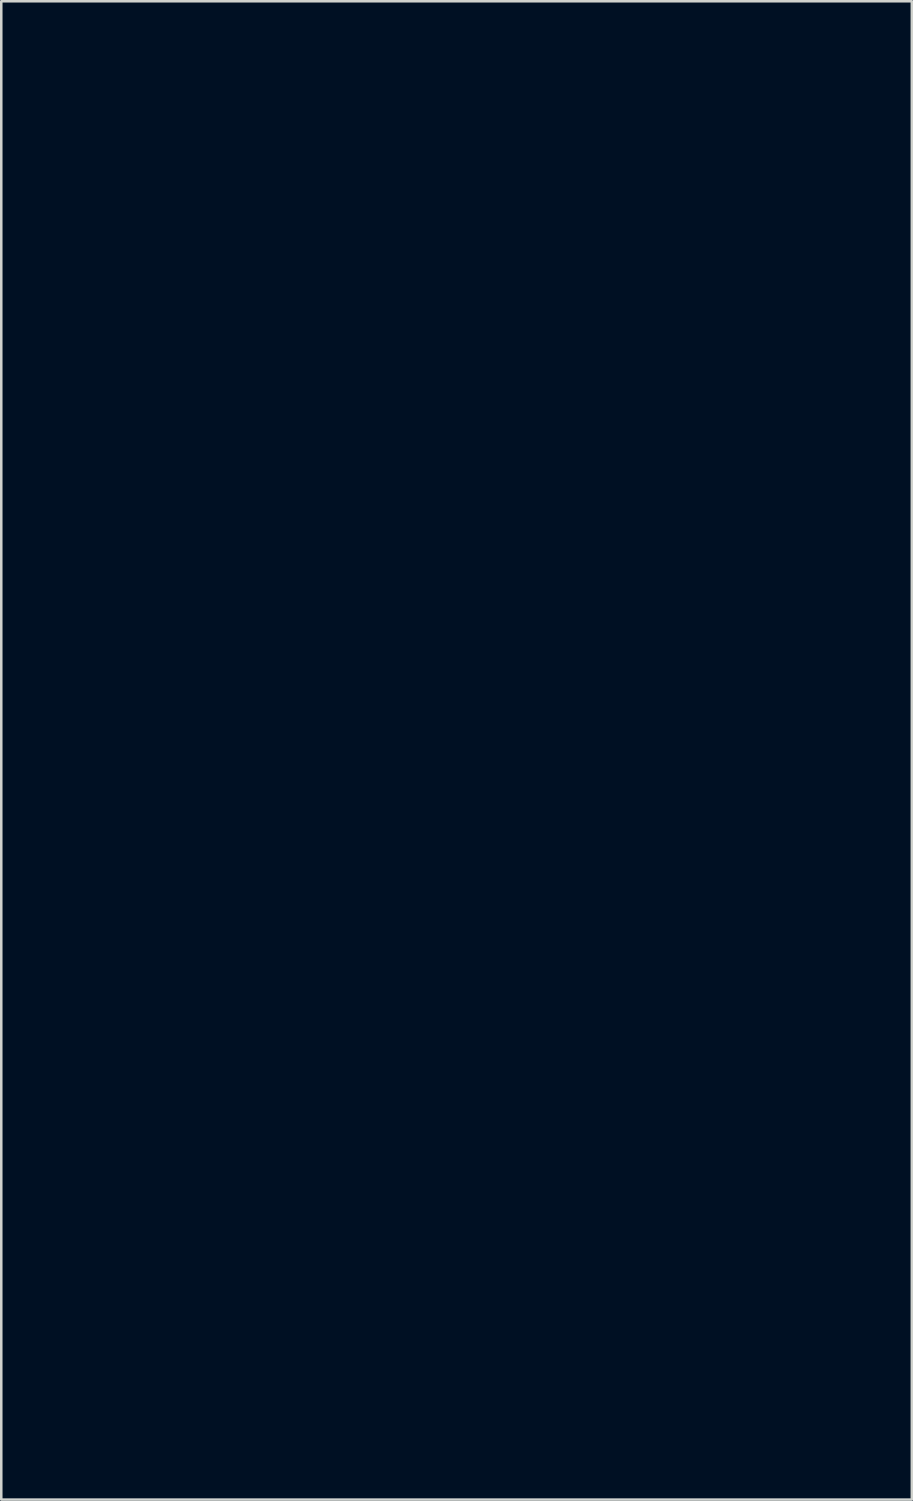
<source format=kicad_pcb>
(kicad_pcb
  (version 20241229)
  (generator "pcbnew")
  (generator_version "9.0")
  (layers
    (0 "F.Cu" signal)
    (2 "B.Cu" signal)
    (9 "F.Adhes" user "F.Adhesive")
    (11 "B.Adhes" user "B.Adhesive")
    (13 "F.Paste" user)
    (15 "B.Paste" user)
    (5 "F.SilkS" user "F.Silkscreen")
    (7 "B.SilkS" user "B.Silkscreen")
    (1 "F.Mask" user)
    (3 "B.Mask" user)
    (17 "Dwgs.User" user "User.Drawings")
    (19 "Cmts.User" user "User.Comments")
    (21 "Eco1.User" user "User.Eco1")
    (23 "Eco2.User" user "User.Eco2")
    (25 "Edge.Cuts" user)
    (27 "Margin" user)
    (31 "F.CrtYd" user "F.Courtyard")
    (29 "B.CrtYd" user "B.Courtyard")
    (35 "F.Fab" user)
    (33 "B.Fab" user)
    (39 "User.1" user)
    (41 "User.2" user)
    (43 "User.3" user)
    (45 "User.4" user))
  (footprint "bugv2 fmask"
    (layer "F.Cu")
    (at 14.908 25.766)
    (property "Reference" "bugv2 fmask" (at 0 0 0) (layer "F.Mask") (effects (font (size 1.524 1.524) (thickness 0.3))))
    (attr through_hole)
    (fp_poly (pts (xy 2.758 -25.728) (xy 2.914 -25.566) (xy 2.939 -25.521) (xy 3.051 -25.135) (xy 2.932 -24.793) (xy 2.572 -24.472) (xy 2.425 -24.382) (xy 1.881 -23.93) (xy 1.516 -23.331) (xy 1.338 -22.626) (xy 1.357 -21.859) (xy 1.58 -21.072) (xy 1.705 -20.805) (xy 1.942 -20.381) (xy 2.176 -20.016) (xy 2.311 -19.84) (xy 2.522 -19.534) (xy 2.498 -19.328) (xy 2.266 -19.22) (xy 2.004 -19.19) (xy 1.558 -19.16) (xy 0.988 -19.134) (xy 0.356 -19.112) (xy -0.278 -19.097) (xy -0.851 -19.09) (xy -1.303 -19.092) (xy -1.572 -19.106) (xy -1.595 -19.11) (xy -1.954 -19.194) (xy -2.093 -19.29) (xy -2.046 -19.444) (xy -1.932 -19.599) (xy -1.739 -19.916) (xy -1.542 -20.349) (xy -1.461 -20.569) (xy -1.321 -21.373) (xy -1.434 -22.168) (xy -1.803 -22.952) (xy -2.425 -23.727) (xy -3.271 -24.467) (xy -3.638 -24.746) (xy -3.3 -25.089) (xy -3.094 -25.282) (xy -2.916 -25.365) (xy -2.673 -25.353) (xy -2.279 -25.264) (xy -1.841 -25.188) (xy -1.248 -25.128) (xy -0.601 -25.093) (xy -0.319 -25.088) (xy 0.298 -25.092) (xy 0.74 -25.121) (xy 1.085 -25.19) (xy 1.415 -25.311) (xy 1.672 -25.432) (xy 2.185 -25.664) (xy 2.531 -25.761) (xy 2.758 -25.728)) (stroke (width 0.01) (type solid)) (fill yes) (layer "F.Mask"))
    (fp_poly (pts (xy 7.796 -17.921) (xy 8.31 -17.592) (xy 8.817 -17.275) (xy 9.224 -17.025) (xy 9.306 -16.976) (xy 9.713 -16.723) (xy 10.086 -16.469) (xy 10.19 -16.392) (xy 10.474 -16.189) (xy 10.887 -15.917) (xy 11.319 -15.645) (xy 11.721 -15.379) (xy 12.031 -15.134) (xy 12.187 -14.96) (xy 12.19 -14.953) (xy 12.247 -14.688) (xy 12.298 -14.248) (xy 12.338 -13.711) (xy 12.364 -13.157) (xy 12.37 -12.665) (xy 12.353 -12.314) (xy 12.34 -12.235) (xy 12.207 -12.024) (xy 11.904 -11.695) (xy 11.463 -11.284) (xy 11.024 -10.91) (xy 10.424 -10.409) (xy 9.778 -9.857) (xy 9.176 -9.332) (xy 8.818 -9.012) (xy 7.42 -7.778) (xy 5.824 -6.436) (xy 4.349 -5.243) (xy 3.719 -4.733) (xy 3.041 -4.171) (xy 2.401 -3.629) (xy 1.945 -3.233) (xy 1.447 -2.803) (xy 1.084 -2.526) (xy 0.811 -2.371) (xy 0.582 -2.311) (xy 0.477 -2.308) (xy 0.126 -2.337) (xy -0.128 -2.391) (xy -0.287 -2.487) (xy -0.62 -2.715) (xy -1.095 -3.05) (xy -1.681 -3.47) (xy -2.347 -3.953) (xy -3.062 -4.477) (xy -3.794 -5.018) (xy -4.513 -5.555) (xy -5.088 -5.988) (xy -5.647 -6.406) (xy -6.296 -6.884) (xy -6.917 -7.335) (xy -7.067 -7.443) (xy -7.549 -7.79) (xy -7.986 -8.107) (xy -8.315 -8.349) (xy -8.424 -8.432) (xy -8.639 -8.589) (xy -9.019 -8.858) (xy -9.52 -9.207) (xy -10.095 -9.605) (xy -10.406 -9.818) (xy -11.161 -10.338) (xy -11.732 -10.743) (xy -12.147 -11.061) (xy -12.432 -11.322) (xy -12.615 -11.555) (xy -12.723 -11.788) (xy -12.783 -12.051) (xy -12.823 -12.372) (xy -12.825 -12.396) (xy -12.866 -12.992) (xy -12.878 -13.633) (xy -12.869 -13.976) (xy -12.838 -14.406) (xy -12.773 -14.661) (xy -12.631 -14.824) (xy -12.368 -14.975) (xy -12.317 -15.001) (xy -11.683 -15.332) (xy -10.941 -15.734) (xy -10.149 -16.175) (xy -9.366 -16.621) (xy -8.649 -17.039) (xy -8.057 -17.397) (xy -7.732 -17.603) (xy -7.282 -17.898) (xy -6.881 -18.155) (xy -6.603 -18.326) (xy -6.564 -18.349) (xy -6.435 -18.387) (xy -6.183 -18.42) (xy -5.791 -18.447) (xy -5.242 -18.47) (xy -4.52 -18.489) (xy -3.608 -18.503) (xy -2.49 -18.514) (xy -1.147 -18.523) (xy 0.275 -18.528) (xy 6.829 -18.547) (xy 7.796 -17.921)) (stroke (width 0.01) (type solid)) (fill yes) (layer "F.Mask"))
    (fp_poly (pts (xy -11.98 -10.011) (xy -11.603 -9.808) (xy -11.094 -9.497) (xy -10.486 -9.103) (xy -9.817 -8.648) (xy -9.121 -8.154) (xy -8.433 -7.646) (xy -8.365 -7.594) (xy -7.334 -6.816) (xy -6.36 -6.088) (xy -5.475 -5.435) (xy -4.71 -4.88) (xy -4.097 -4.446) (xy -3.829 -4.263) (xy -2.977 -3.682) (xy -2.25 -3.162) (xy -1.552 -2.634) (xy -0.935 -2.145) (xy -0.031 -1.418) (xy 0.056 -0.358) (xy 0.066 -0.093) (xy 0.072 0.395) (xy 0.075 1.085) (xy 0.075 1.954) (xy 0.072 2.978) (xy 0.066 4.136) (xy 0.057 5.404) (xy 0.047 6.761) (xy 0.034 8.183) (xy 0.02 9.647) (xy 0.005 11.132) (xy -0.012 12.615) (xy -0.03 14.072) (xy -0.048 15.481) (xy -0.067 16.821) (xy -0.086 18.067) (xy -0.105 19.198) (xy -0.124 20.19) (xy -0.142 21.021) (xy -0.159 21.67) (xy -0.176 22.112) (xy -0.191 22.325) (xy -0.193 22.337) (xy -0.222 22.522) (xy -0.268 22.916) (xy -0.325 23.473) (xy -0.389 24.148) (xy -0.442 24.74) (xy -0.509 25.469) (xy -0.575 26.11) (xy -0.634 26.62) (xy -0.681 26.956) (xy -0.708 27.069) (xy -0.857 27.175) (xy -1.106 27.13) (xy -1.493 26.926) (xy -1.695 26.796) (xy -2.24 26.395) (xy -2.916 25.832) (xy -3.689 25.143) (xy -4.524 24.36) (xy -5.387 23.518) (xy -6.245 22.651) (xy -7.061 21.791) (xy -7.804 20.974) (xy -8.437 20.233) (xy -8.743 19.848) (xy -9.543 18.768) (xy -10.27 17.704) (xy -10.948 16.611) (xy -11.598 15.449) (xy -12.246 14.175) (xy -12.915 12.745) (xy -13.629 11.119) (xy -13.729 10.882) (xy -13.911 10.439) (xy -14.061 10.025) (xy -14.184 9.604) (xy -14.287 9.145) (xy -14.373 8.613) (xy -14.447 7.975) (xy -14.516 7.198) (xy -14.582 6.248) (xy -14.653 5.093) (xy -14.689 4.467) (xy -14.773 2.942) (xy -14.838 1.639) (xy -14.882 0.528) (xy -14.903 -0.423) (xy -14.9 -1.247) (xy -14.872 -1.974) (xy -14.818 -2.637) (xy -14.734 -3.267) (xy -14.621 -3.896) (xy -14.477 -4.555) (xy -14.3 -5.276) (xy -14.223 -5.577) (xy -13.905 -6.782) (xy -13.628 -7.76) (xy -13.385 -8.532) (xy -13.164 -9.121) (xy -12.955 -9.547) (xy -12.749 -9.834) (xy -12.536 -10.003) (xy -12.306 -10.076) (xy -12.188 -10.083) (xy -11.98 -10.011)) (stroke (width 0.01) (type solid)) (fill yes) (layer "F.Mask"))
    (fp_poly (pts (xy 12.673 -11.199) (xy 12.754 -11.057) (xy 12.866 -10.698) (xy 13.001 -10.158) (xy 13.152 -9.472) (xy 13.313 -8.676) (xy 13.478 -7.805) (xy 13.64 -6.895) (xy 13.791 -5.982) (xy 13.926 -5.101) (xy 14.038 -4.288) (xy 14.119 -3.578) (xy 14.138 -3.382) (xy 14.21 -2.68) (xy 14.305 -1.95) (xy 14.405 -1.303) (xy 14.459 -1.021) (xy 14.571 -0.39) (xy 14.686 0.411) (xy 14.798 1.314) (xy 14.898 2.25) (xy 14.98 3.151) (xy 15.035 3.949) (xy 15.058 4.575) (xy 15.059 4.659) (xy 15.033 5.332) (xy 14.968 6.149) (xy 14.874 7.03) (xy 14.76 7.896) (xy 14.636 8.666) (xy 14.511 9.263) (xy 14.509 9.271) (xy 14.372 9.831) (xy 14.237 10.426) (xy 14.177 10.705) (xy 14.12 10.975) (xy 14.062 11.212) (xy 13.985 11.456) (xy 13.874 11.747) (xy 13.713 12.125) (xy 13.486 12.632) (xy 13.178 13.306) (xy 12.958 13.785) (xy 12.007 15.728) (xy 11.051 17.433) (xy 10.08 18.917) (xy 10.04 18.973) (xy 9.691 19.467) (xy 9.385 19.912) (xy 9.162 20.251) (xy 9.074 20.398) (xy 8.844 20.766) (xy 8.489 21.26) (xy 8.058 21.816) (xy 7.602 22.372) (xy 7.17 22.867) (xy 6.811 23.238) (xy 6.81 23.239) (xy 6.141 23.834) (xy 5.356 24.474) (xy 4.506 25.124) (xy 3.642 25.746) (xy 2.815 26.303) (xy 2.077 26.758) (xy 1.527 27.052) (xy 1.029 27.28) (xy 0.703 27.4) (xy 0.494 27.419) (xy 0.347 27.347) (xy 0.251 27.246) (xy 0.193 27.04) (xy 0.161 26.632) (xy 0.154 26.07) (xy 0.171 25.406) (xy 0.209 24.691) (xy 0.268 23.975) (xy 0.345 23.308) (xy 0.385 23.039) (xy 0.406 22.794) (xy 0.428 22.317) (xy 0.45 21.631) (xy 0.474 20.759) (xy 0.498 19.725) (xy 0.522 18.551) (xy 0.545 17.262) (xy 0.569 15.879) (xy 0.591 14.427) (xy 0.613 12.928) (xy 0.633 11.406) (xy 0.651 9.884) (xy 0.668 8.385) (xy 0.682 6.932) (xy 0.693 5.548) (xy 0.702 4.258) (xy 0.708 3.083) (xy 0.71 2.047) (xy 0.708 1.173) (xy 0.703 0.485) (xy 0.693 0.005) (xy 0.682 -0.203) (xy 0.607 -1.107) (xy 1.283 -1.671) (xy 1.752 -2.079) (xy 2.265 -2.553) (xy 2.607 -2.886) (xy 2.987 -3.248) (xy 3.495 -3.698) (xy 4.15 -4.25) (xy 4.968 -4.919) (xy 5.965 -5.717) (xy 6.611 -6.228) (xy 7.098 -6.632) (xy 7.668 -7.133) (xy 8.224 -7.647) (xy 8.424 -7.84) (xy 9.275 -8.657) (xy 9.988 -9.305) (xy 10.591 -9.81) (xy 11.113 -10.196) (xy 11.232 -10.276) (xy 11.645 -10.556) (xy 12.034 -10.838) (xy 12.174 -10.947) (xy 12.447 -11.13) (xy 12.65 -11.202) (xy 12.673 -11.199)) (stroke (width 0.01) (type solid)) (fill yes) (layer "F.Mask")))
  (gr_rect
    (start -3 -3)
    (end 32.972 56.191)
    (stroke (width 0.1) (type default))
    (fill no)
    (layer "Edge.Cuts")))
</source>
